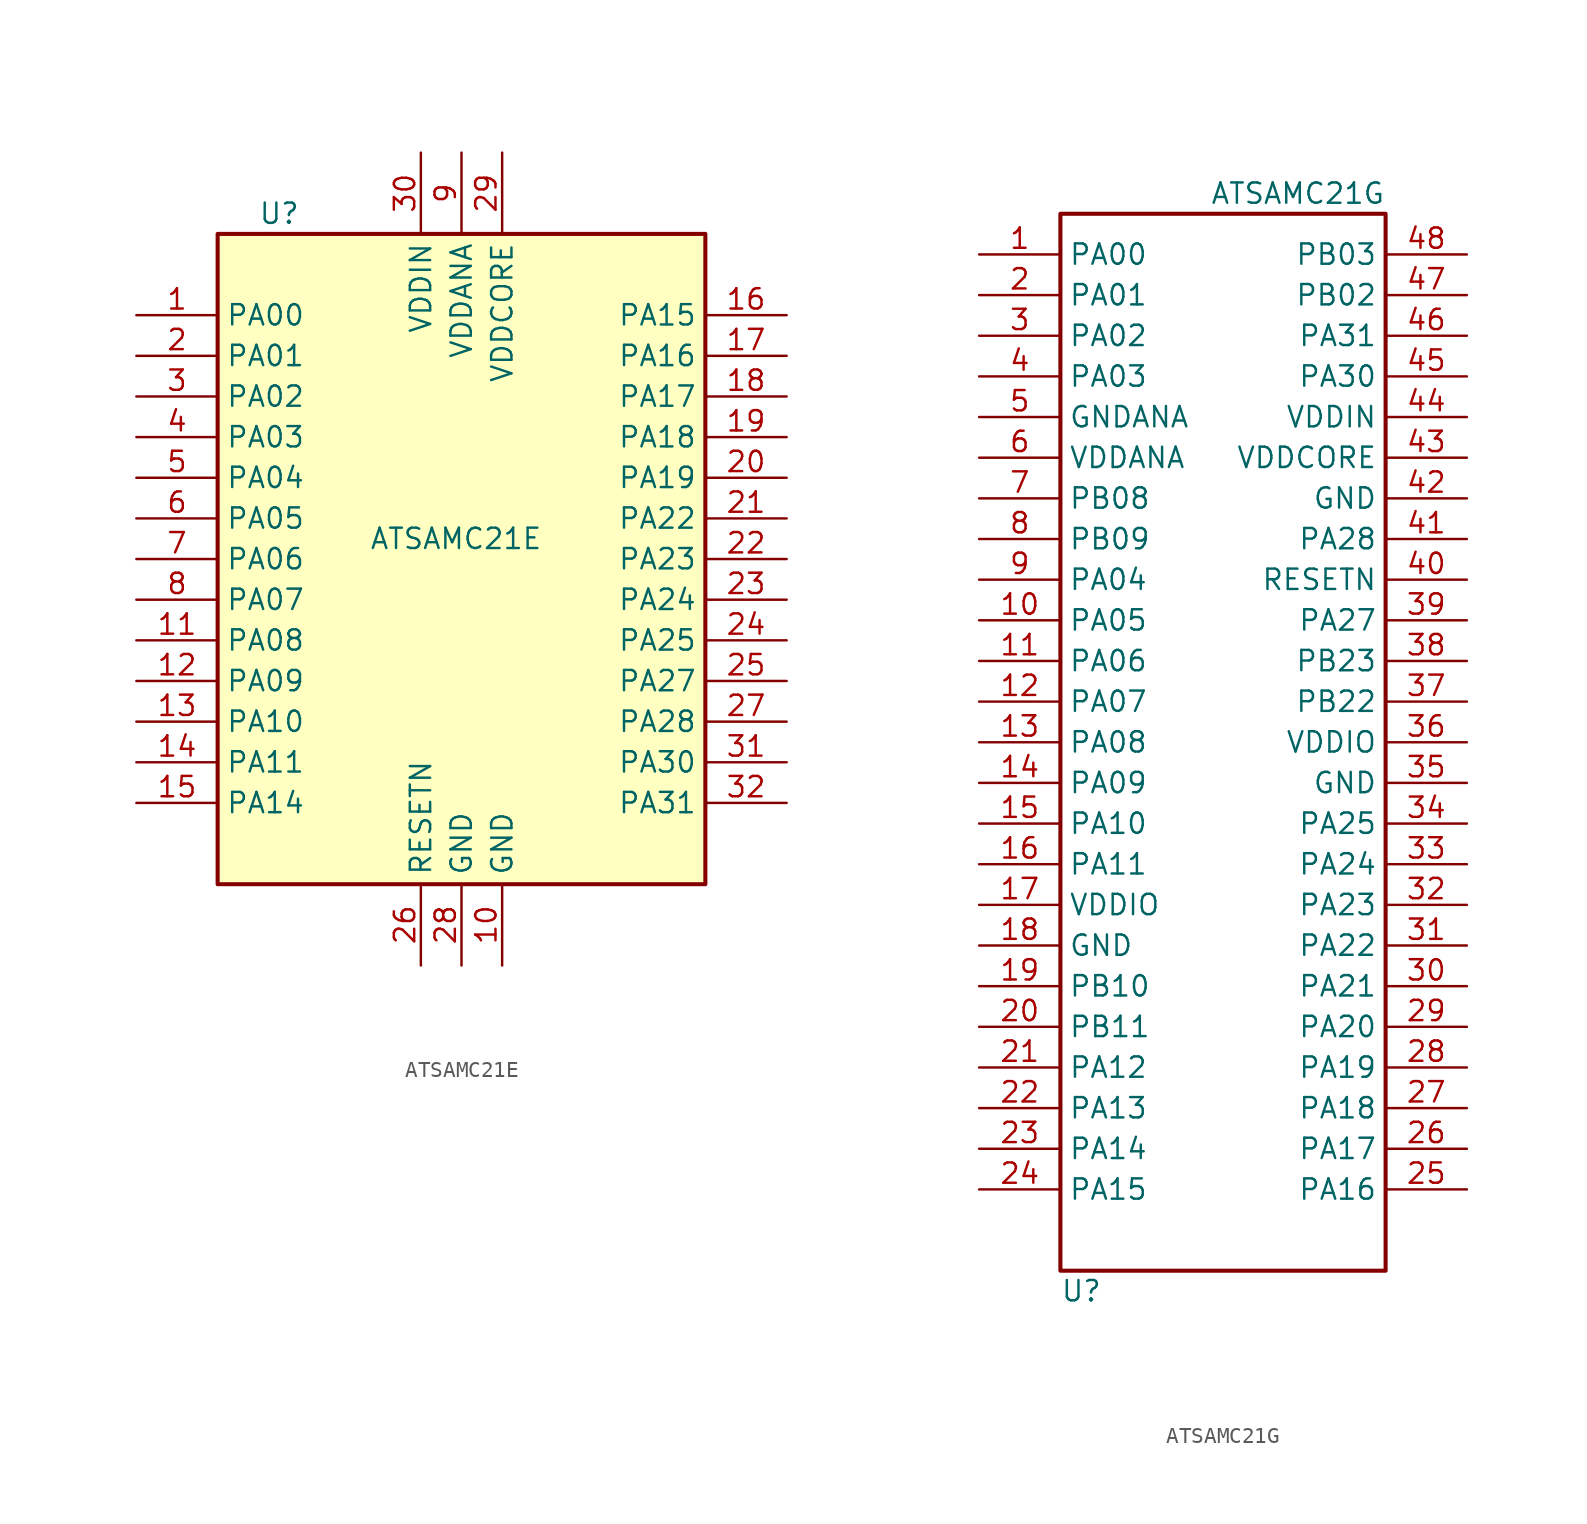
<source format=kicad_sym>
(kicad_symbol_lib
  (version 20241209)
  (generator "kicad_symbol_editor")
  (generator_version "9.0")
  (symbol "ATSAMC21E"
    (property "Reference" "U"
      (at -12.7 26.67 0)
      (effects (font (size 1.27 1.27)) (justify left)))
    (property "Value" "ATSAMC21E"
      (at 5.08 6.35 0)
      (effects (font (size 1.27 1.27)) (justify right)))
    (symbol "ATSAMC21E_0_0"
      (rectangle (start -15.24 25.4) (end 15.24 -15.24) (stroke (width 0.254) (type solid)) (fill (type background))))
    (symbol "ATSAMC21E_1_1"
      (pin input line (at -20.32 20.32 0) (length 5.08) (name "PA00" (effects (font (size 1.27 1.27)))) (number "1" (effects (font (size 1.27 1.27)))))
      (pin input line (at -20.32 17.78 0) (length 5.08) (name "PA01" (effects (font (size 1.27 1.27)))) (number "2" (effects (font (size 1.27 1.27)))))
      (pin input line (at -20.32 15.24 0) (length 5.08) (name "PA02" (effects (font (size 1.27 1.27)))) (number "3" (effects (font (size 1.27 1.27)))))
      (pin input line (at -20.32 12.7 0) (length 5.08) (name "PA03" (effects (font (size 1.27 1.27)))) (number "4" (effects (font (size 1.27 1.27)))))
      (pin input line (at -20.32 10.16 0) (length 5.08) (name "PA04" (effects (font (size 1.27 1.27)))) (number "5" (effects (font (size 1.27 1.27)))))
      (pin input line (at -20.32 7.62 0) (length 5.08) (name "PA05" (effects (font (size 1.27 1.27)))) (number "6" (effects (font (size 1.27 1.27)))))
      (pin input line (at -20.32 5.08 0) (length 5.08) (name "PA06" (effects (font (size 1.27 1.27)))) (number "7" (effects (font (size 1.27 1.27)))))
      (pin input line (at -20.32 2.54 0) (length 5.08) (name "PA07" (effects (font (size 1.27 1.27)))) (number "8" (effects (font (size 1.27 1.27)))))
      (pin input line (at -20.32 0 0) (length 5.08) (name "PA08" (effects (font (size 1.27 1.27)))) (number "11" (effects (font (size 1.27 1.27)))))
      (pin input line (at -20.32 -2.54 0) (length 5.08) (name "PA09" (effects (font (size 1.27 1.27)))) (number "12" (effects (font (size 1.27 1.27)))))
      (pin input line (at -20.32 -5.08 0) (length 5.08) (name "PA10" (effects (font (size 1.27 1.27)))) (number "13" (effects (font (size 1.27 1.27)))))
      (pin input line (at -20.32 -7.62 0) (length 5.08) (name "PA11" (effects (font (size 1.27 1.27)))) (number "14" (effects (font (size 1.27 1.27)))))
      (pin input line (at -20.32 -10.16 0) (length 5.08) (name "PA14" (effects (font (size 1.27 1.27)))) (number "15" (effects (font (size 1.27 1.27)))))
      (pin power_in line (at -2.54 30.48 270) (length 5.08) (name "VDDIN" (effects (font (size 1.27 1.27)))) (number "30" (effects (font (size 1.27 1.27)))))
      (pin input line (at -2.54 -20.32 90) (length 5.08) (name "RESETN" (effects (font (size 1.27 1.27)))) (number "26" (effects (font (size 1.27 1.27)))))
      (pin power_in line (at 0 30.48 270) (length 5.08) (name "VDDANA" (effects (font (size 1.27 1.27)))) (number "9" (effects (font (size 1.27 1.27)))))
      (pin power_in line (at 0 -20.32 90) (length 5.08) (name "GND" (effects (font (size 1.27 1.27)))) (number "28" (effects (font (size 1.27 1.27)))))
      (pin output line (at 2.54 30.48 270) (length 5.08) (name "VDDCORE" (effects (font (size 1.27 1.27)))) (number "29" (effects (font (size 1.27 1.27)))))
      (pin power_in line (at 2.54 -20.32 90) (length 5.08) (name "GND" (effects (font (size 1.27 1.27)))) (number "10" (effects (font (size 1.27 1.27)))))
      (pin input line (at 20.32 20.32 180) (length 5.08) (name "PA15" (effects (font (size 1.27 1.27)))) (number "16" (effects (font (size 1.27 1.27)))))
      (pin input line (at 20.32 17.78 180) (length 5.08) (name "PA16" (effects (font (size 1.27 1.27)))) (number "17" (effects (font (size 1.27 1.27)))))
      (pin input line (at 20.32 15.24 180) (length 5.08) (name "PA17" (effects (font (size 1.27 1.27)))) (number "18" (effects (font (size 1.27 1.27)))))
      (pin input line (at 20.32 12.7 180) (length 5.08) (name "PA18" (effects (font (size 1.27 1.27)))) (number "19" (effects (font (size 1.27 1.27)))))
      (pin input line (at 20.32 10.16 180) (length 5.08) (name "PA19" (effects (font (size 1.27 1.27)))) (number "20" (effects (font (size 1.27 1.27)))))
      (pin input line (at 20.32 7.62 180) (length 5.08) (name "PA22" (effects (font (size 1.27 1.27)))) (number "21" (effects (font (size 1.27 1.27)))))
      (pin input line (at 20.32 5.08 180) (length 5.08) (name "PA23" (effects (font (size 1.27 1.27)))) (number "22" (effects (font (size 1.27 1.27)))))
      (pin input line (at 20.32 2.54 180) (length 5.08) (name "PA24" (effects (font (size 1.27 1.27)))) (number "23" (effects (font (size 1.27 1.27)))))
      (pin input line (at 20.32 0 180) (length 5.08) (name "PA25" (effects (font (size 1.27 1.27)))) (number "24" (effects (font (size 1.27 1.27)))))
      (pin input line (at 20.32 -2.54 180) (length 5.08) (name "PA27" (effects (font (size 1.27 1.27)))) (number "25" (effects (font (size 1.27 1.27)))))
      (pin input line (at 20.32 -5.08 180) (length 5.08) (name "PA28" (effects (font (size 1.27 1.27)))) (number "27" (effects (font (size 1.27 1.27)))))
      (pin input line (at 20.32 -7.62 180) (length 5.08) (name "PA30" (effects (font (size 1.27 1.27)))) (number "31" (effects (font (size 1.27 1.27)))))
      (pin input line (at 20.32 -10.16 180) (length 5.08) (name "PA31" (effects (font (size 1.27 1.27)))) (number "32" (effects (font (size 1.27 1.27)))))))
  (symbol "ATSAMC21G"
    (property "Reference" "U"
      (at -10.16 -34.29 0)
      (effects (font (size 1.27 1.27)) (justify left)))
    (property "Value" "ATSAMC21G"
      (at 10.16 34.29 0)
      (effects (font (size 1.27 1.27)) (justify right)))
    (symbol "ATSAMC21G_0_0"
      (rectangle (start -10.16 33.02) (end 10.16 -33.02) (stroke (width 0.254) (type solid)) (fill (type none))))
    (symbol "ATSAMC21G_1_1"
      (pin input line (at -15.24 30.48 0) (length 5.08) (name "PA00" (effects (font (size 1.27 1.27)))) (number "1" (effects (font (size 1.27 1.27)))))
      (pin input line (at -15.24 27.94 0) (length 5.08) (name "PA01" (effects (font (size 1.27 1.27)))) (number "2" (effects (font (size 1.27 1.27)))))
      (pin input line (at -15.24 25.4 0) (length 5.08) (name "PA02" (effects (font (size 1.27 1.27)))) (number "3" (effects (font (size 1.27 1.27)))))
      (pin input line (at -15.24 22.86 0) (length 5.08) (name "PA03" (effects (font (size 1.27 1.27)))) (number "4" (effects (font (size 1.27 1.27)))))
      (pin input line (at -15.24 20.32 0) (length 5.08) (name "GNDANA" (effects (font (size 1.27 1.27)))) (number "5" (effects (font (size 1.27 1.27)))))
      (pin input line (at -15.24 17.78 0) (length 5.08) (name "VDDANA" (effects (font (size 1.27 1.27)))) (number "6" (effects (font (size 1.27 1.27)))))
      (pin input line (at -15.24 15.24 0) (length 5.08) (name "PB08" (effects (font (size 1.27 1.27)))) (number "7" (effects (font (size 1.27 1.27)))))
      (pin input line (at -15.24 12.7 0) (length 5.08) (name "PB09" (effects (font (size 1.27 1.27)))) (number "8" (effects (font (size 1.27 1.27)))))
      (pin input line (at -15.24 10.16 0) (length 5.08) (name "PA04" (effects (font (size 1.27 1.27)))) (number "9" (effects (font (size 1.27 1.27)))))
      (pin input line (at -15.24 7.62 0) (length 5.08) (name "PA05" (effects (font (size 1.27 1.27)))) (number "10" (effects (font (size 1.27 1.27)))))
      (pin input line (at -15.24 5.08 0) (length 5.08) (name "PA06" (effects (font (size 1.27 1.27)))) (number "11" (effects (font (size 1.27 1.27)))))
      (pin input line (at -15.24 2.54 0) (length 5.08) (name "PA07" (effects (font (size 1.27 1.27)))) (number "12" (effects (font (size 1.27 1.27)))))
      (pin input line (at -15.24 0 0) (length 5.08) (name "PA08" (effects (font (size 1.27 1.27)))) (number "13" (effects (font (size 1.27 1.27)))))
      (pin input line (at -15.24 -2.54 0) (length 5.08) (name "PA09" (effects (font (size 1.27 1.27)))) (number "14" (effects (font (size 1.27 1.27)))))
      (pin input line (at -15.24 -5.08 0) (length 5.08) (name "PA10" (effects (font (size 1.27 1.27)))) (number "15" (effects (font (size 1.27 1.27)))))
      (pin input line (at -15.24 -7.62 0) (length 5.08) (name "PA11" (effects (font (size 1.27 1.27)))) (number "16" (effects (font (size 1.27 1.27)))))
      (pin input line (at -15.24 -10.16 0) (length 5.08) (name "VDDIO" (effects (font (size 1.27 1.27)))) (number "17" (effects (font (size 1.27 1.27)))))
      (pin input line (at -15.24 -12.7 0) (length 5.08) (name "GND" (effects (font (size 1.27 1.27)))) (number "18" (effects (font (size 1.27 1.27)))))
      (pin input line (at -15.24 -15.24 0) (length 5.08) (name "PB10" (effects (font (size 1.27 1.27)))) (number "19" (effects (font (size 1.27 1.27)))))
      (pin input line (at -15.24 -17.78 0) (length 5.08) (name "PB11" (effects (font (size 1.27 1.27)))) (number "20" (effects (font (size 1.27 1.27)))))
      (pin input line (at -15.24 -20.32 0) (length 5.08) (name "PA12" (effects (font (size 1.27 1.27)))) (number "21" (effects (font (size 1.27 1.27)))))
      (pin input line (at -15.24 -22.86 0) (length 5.08) (name "PA13" (effects (font (size 1.27 1.27)))) (number "22" (effects (font (size 1.27 1.27)))))
      (pin input line (at -15.24 -25.4 0) (length 5.08) (name "PA14" (effects (font (size 1.27 1.27)))) (number "23" (effects (font (size 1.27 1.27)))))
      (pin input line (at -15.24 -27.94 0) (length 5.08) (name "PA15" (effects (font (size 1.27 1.27)))) (number "24" (effects (font (size 1.27 1.27)))))
      (pin input line (at 15.24 30.48 180) (length 5.08) (name "PB03" (effects (font (size 1.27 1.27)))) (number "48" (effects (font (size 1.27 1.27)))))
      (pin input line (at 15.24 27.94 180) (length 5.08) (name "PB02" (effects (font (size 1.27 1.27)))) (number "47" (effects (font (size 1.27 1.27)))))
      (pin input line (at 15.24 25.4 180) (length 5.08) (name "PA31" (effects (font (size 1.27 1.27)))) (number "46" (effects (font (size 1.27 1.27)))))
      (pin input line (at 15.24 22.86 180) (length 5.08) (name "PA30" (effects (font (size 1.27 1.27)))) (number "45" (effects (font (size 1.27 1.27)))))
      (pin input line (at 15.24 20.32 180) (length 5.08) (name "VDDIN" (effects (font (size 1.27 1.27)))) (number "44" (effects (font (size 1.27 1.27)))))
      (pin input line (at 15.24 17.78 180) (length 5.08) (name "VDDCORE" (effects (font (size 1.27 1.27)))) (number "43" (effects (font (size 1.27 1.27)))))
      (pin input line (at 15.24 15.24 180) (length 5.08) (name "GND" (effects (font (size 1.27 1.27)))) (number "42" (effects (font (size 1.27 1.27)))))
      (pin input line (at 15.24 12.7 180) (length 5.08) (name "PA28" (effects (font (size 1.27 1.27)))) (number "41" (effects (font (size 1.27 1.27)))))
      (pin input line (at 15.24 10.16 180) (length 5.08) (name "RESETN" (effects (font (size 1.27 1.27)))) (number "40" (effects (font (size 1.27 1.27)))))
      (pin input line (at 15.24 7.62 180) (length 5.08) (name "PA27" (effects (font (size 1.27 1.27)))) (number "39" (effects (font (size 1.27 1.27)))))
      (pin input line (at 15.24 5.08 180) (length 5.08) (name "PB23" (effects (font (size 1.27 1.27)))) (number "38" (effects (font (size 1.27 1.27)))))
      (pin input line (at 15.24 2.54 180) (length 5.08) (name "PB22" (effects (font (size 1.27 1.27)))) (number "37" (effects (font (size 1.27 1.27)))))
      (pin input line (at 15.24 0 180) (length 5.08) (name "VDDIO" (effects (font (size 1.27 1.27)))) (number "36" (effects (font (size 1.27 1.27)))))
      (pin input line (at 15.24 -2.54 180) (length 5.08) (name "GND" (effects (font (size 1.27 1.27)))) (number "35" (effects (font (size 1.27 1.27)))))
      (pin input line (at 15.24 -5.08 180) (length 5.08) (name "PA25" (effects (font (size 1.27 1.27)))) (number "34" (effects (font (size 1.27 1.27)))))
      (pin input line (at 15.24 -7.62 180) (length 5.08) (name "PA24" (effects (font (size 1.27 1.27)))) (number "33" (effects (font (size 1.27 1.27)))))
      (pin input line (at 15.24 -10.16 180) (length 5.08) (name "PA23" (effects (font (size 1.27 1.27)))) (number "32" (effects (font (size 1.27 1.27)))))
      (pin input line (at 15.24 -12.7 180) (length 5.08) (name "PA22" (effects (font (size 1.27 1.27)))) (number "31" (effects (font (size 1.27 1.27)))))
      (pin input line (at 15.24 -15.24 180) (length 5.08) (name "PA21" (effects (font (size 1.27 1.27)))) (number "30" (effects (font (size 1.27 1.27)))))
      (pin input line (at 15.24 -17.78 180) (length 5.08) (name "PA20" (effects (font (size 1.27 1.27)))) (number "29" (effects (font (size 1.27 1.27)))))
      (pin input line (at 15.24 -20.32 180) (length 5.08) (name "PA19" (effects (font (size 1.27 1.27)))) (number "28" (effects (font (size 1.27 1.27)))))
      (pin input line (at 15.24 -22.86 180) (length 5.08) (name "PA18" (effects (font (size 1.27 1.27)))) (number "27" (effects (font (size 1.27 1.27)))))
      (pin input line (at 15.24 -25.4 180) (length 5.08) (name "PA17" (effects (font (size 1.27 1.27)))) (number "26" (effects (font (size 1.27 1.27)))))
      (pin input line (at 15.24 -27.94 180) (length 5.08) (name "PA16" (effects (font (size 1.27 1.27)))) (number "25" (effects (font (size 1.27 1.27))))))))
</source>
